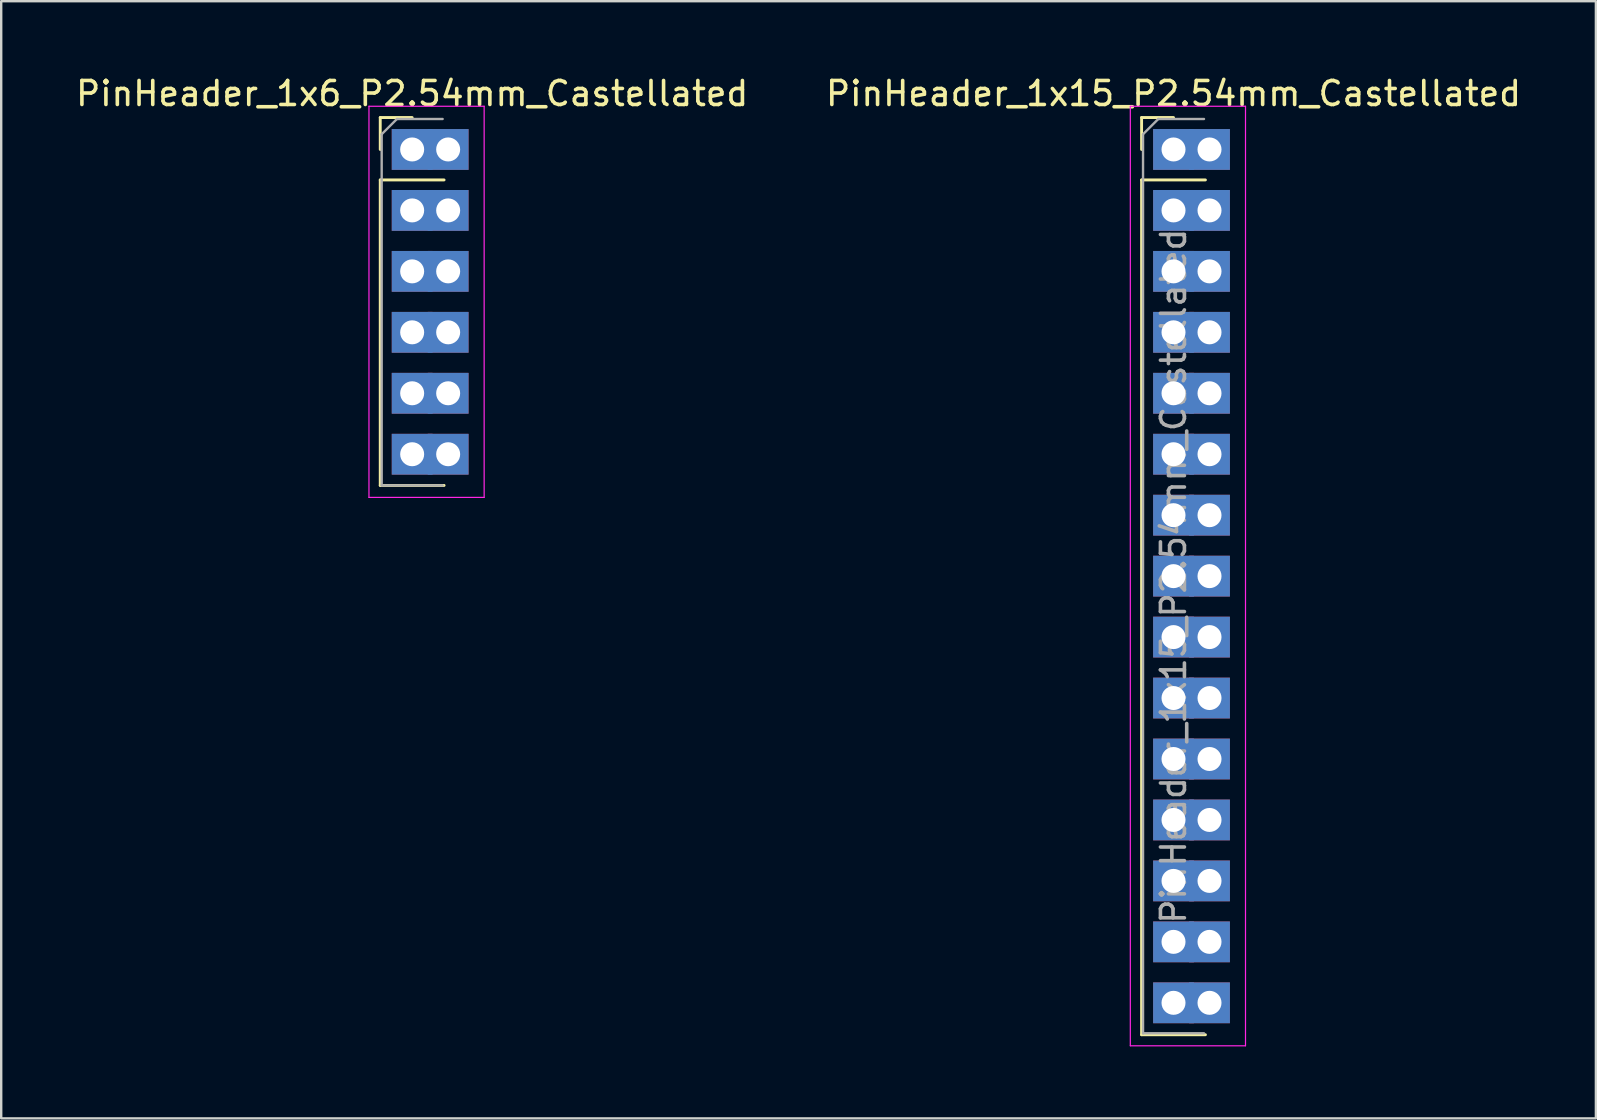
<source format=kicad_pcb>
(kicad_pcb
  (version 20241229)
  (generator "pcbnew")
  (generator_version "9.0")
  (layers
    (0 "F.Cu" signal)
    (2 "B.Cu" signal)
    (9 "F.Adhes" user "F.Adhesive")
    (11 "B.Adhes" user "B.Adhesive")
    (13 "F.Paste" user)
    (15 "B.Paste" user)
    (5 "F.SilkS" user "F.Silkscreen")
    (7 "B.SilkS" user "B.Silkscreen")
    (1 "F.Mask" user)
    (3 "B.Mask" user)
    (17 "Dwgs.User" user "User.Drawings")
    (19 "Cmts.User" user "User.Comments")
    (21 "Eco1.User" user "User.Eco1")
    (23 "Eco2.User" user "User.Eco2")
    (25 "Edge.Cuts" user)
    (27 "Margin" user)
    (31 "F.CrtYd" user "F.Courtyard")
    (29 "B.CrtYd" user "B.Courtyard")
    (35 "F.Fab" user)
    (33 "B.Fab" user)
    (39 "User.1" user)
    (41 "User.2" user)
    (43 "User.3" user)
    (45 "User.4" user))
  (footprint "PinHeader_1x6_P2.54mm_Castellated"
    (layer "F.Cu")
    (at 14.125 3.178)
    (property "Reference" "PinHeader_1x6_P2.54mm_Castellated" (at 0 -2.33 0) (layer "F.SilkS") (effects (font (size 1 1) (thickness 0.15))))
    (attr through_hole)
    (fp_line (start -1.33 -1.33) (end 0 -1.33) (stroke (width 0.12) (type solid)) (layer "F.SilkS"))
    (fp_line (start -1.33 0) (end -1.33 -1.33) (stroke (width 0.12) (type solid)) (layer "F.SilkS"))
    (fp_line (start -1.33 1.27) (end -1.33 14) (stroke (width 0.12) (type solid)) (layer "F.SilkS"))
    (fp_line (start -1.33 1.27) (end 1.33 1.27) (stroke (width 0.12) (type solid)) (layer "F.SilkS"))
    (fp_line (start -1.33 14) (end 1.33 14) (stroke (width 0.12) (type solid)) (layer "F.SilkS"))
    (fp_line (start -1.8 -1.8) (end -1.8 14.5) (stroke (width 0.05) (type solid)) (layer "F.CrtYd"))
    (fp_line (start -1.8 14.5) (end 3 14.5) (stroke (width 0.05) (type solid)) (layer "F.CrtYd"))
    (fp_line (start 3 -1.8) (end -1.8 -1.8) (stroke (width 0.05) (type solid)) (layer "F.CrtYd"))
    (fp_line (start 3 14.5) (end 3 -1.8) (stroke (width 0.05) (type solid)) (layer "F.CrtYd"))
    (fp_line (start -1.27 -0.635) (end -0.635 -1.27) (stroke (width 0.1) (type solid)) (layer "F.Fab"))
    (fp_line (start -1.27 14) (end -1.27 -0.635) (stroke (width 0.1) (type solid)) (layer "F.Fab"))
    (fp_line (start -0.635 -1.27) (end 1.27 -1.27) (stroke (width 0.1) (type solid)) (layer "F.Fab"))
    (fp_line (start 1.27 14) (end -1.27 14) (stroke (width 0.1) (type solid)) (layer "F.Fab"))
    (pad "1" thru_hole rect (at 0 0) (size 1.7 1.7) (drill 1) (layers "*.Cu" "*.Mask"))
    (pad "1" thru_hole rect (at 1.5 0) (size 1.7 1.7) (drill 1) (layers "*.Cu" "*.Mask"))
    (pad "2" thru_hole rect (at 0 2.54) (size 1.7 1.7) (drill 1) (layers "*.Cu" "*.Mask"))
    (pad "2" thru_hole rect (at 1.5 2.54) (size 1.7 1.7) (drill 1) (layers "*.Cu" "*.Mask"))
    (pad "3" thru_hole rect (at 0 5.08) (size 1.7 1.7) (drill 1) (layers "*.Cu" "*.Mask"))
    (pad "3" thru_hole rect (at 1.5 5.08) (size 1.7 1.7) (drill 1) (layers "*.Cu" "*.Mask"))
    (pad "4" thru_hole rect (at 0 7.62) (size 1.7 1.7) (drill 1) (layers "*.Cu" "*.Mask"))
    (pad "4" thru_hole rect (at 1.5 7.62) (size 1.7 1.7) (drill 1) (layers "*.Cu" "*.Mask"))
    (pad "5" thru_hole rect (at 0 10.16) (size 1.7 1.7) (drill 1) (layers "*.Cu" "*.Mask"))
    (pad "5" thru_hole rect (at 1.5 10.16) (size 1.7 1.7) (drill 1) (layers "*.Cu" "*.Mask"))
    (pad "6" thru_hole rect (at 0 12.7) (size 1.7 1.7) (drill 1) (layers "*.Cu" "*.Mask"))
    (pad "6" thru_hole rect (at 1.5 12.7) (size 1.7 1.7) (drill 1) (layers "*.Cu" "*.Mask")))
  (footprint "PinHeader_1x15_P2.54mm_Castellated"
    (layer "F.Cu")
    (at 45.851 3.178)
    (property "Reference" "PinHeader_1x15_P2.54mm_Castellated" (at 0 -2.33 0) (layer "F.SilkS") (effects (font (size 1 1) (thickness 0.15))))
    (attr through_hole)
    (fp_line (start -1.33 -1.33) (end 0 -1.33) (stroke (width 0.12) (type solid)) (layer "F.SilkS"))
    (fp_line (start -1.33 0) (end -1.33 -1.33) (stroke (width 0.12) (type solid)) (layer "F.SilkS"))
    (fp_line (start -1.33 1.27) (end -1.33 36.89) (stroke (width 0.12) (type solid)) (layer "F.SilkS"))
    (fp_line (start -1.33 1.27) (end 1.33 1.27) (stroke (width 0.12) (type solid)) (layer "F.SilkS"))
    (fp_line (start -1.33 36.89) (end 1.33 36.89) (stroke (width 0.12) (type solid)) (layer "F.SilkS"))
    (fp_line (start -1.8 -1.8) (end -1.8 37.35) (stroke (width 0.05) (type solid)) (layer "F.CrtYd"))
    (fp_line (start -1.8 37.35) (end 3 37.35) (stroke (width 0.05) (type solid)) (layer "F.CrtYd"))
    (fp_line (start 3 -1.8) (end -1.8 -1.8) (stroke (width 0.05) (type solid)) (layer "F.CrtYd"))
    (fp_line (start 3 37.35) (end 3 -1.8) (stroke (width 0.05) (type solid)) (layer "F.CrtYd"))
    (fp_line (start -1.27 -0.635) (end -0.635 -1.27) (stroke (width 0.1) (type solid)) (layer "F.Fab"))
    (fp_line (start -1.27 36.83) (end -1.27 -0.635) (stroke (width 0.1) (type solid)) (layer "F.Fab"))
    (fp_line (start -0.635 -1.27) (end 1.27 -1.27) (stroke (width 0.1) (type solid)) (layer "F.Fab"))
    (fp_line (start 1.27 36.83) (end -1.27 36.83) (stroke (width 0.1) (type solid)) (layer "F.Fab"))
    (fp_text user "${REFERENCE}" (at 0 17.78 90) (layer "F.Fab") (effects (font (size 1 1) (thickness 0.15))))
    (pad "1" thru_hole rect (at 0 0) (size 1.7 1.7) (drill 1) (layers "*.Cu" "*.Mask"))
    (pad "1" thru_hole rect (at 1.5 0) (size 1.7 1.7) (drill 1) (layers "*.Cu" "*.Mask"))
    (pad "2" thru_hole rect (at 0 2.54) (size 1.7 1.7) (drill 1) (layers "*.Cu" "*.Mask"))
    (pad "2" thru_hole rect (at 1.5 2.54) (size 1.7 1.7) (drill 1) (layers "*.Cu" "*.Mask"))
    (pad "3" thru_hole rect (at 0 5.08) (size 1.7 1.7) (drill 1) (layers "*.Cu" "*.Mask"))
    (pad "3" thru_hole rect (at 1.5 5.08) (size 1.7 1.7) (drill 1) (layers "*.Cu" "*.Mask"))
    (pad "4" thru_hole rect (at 0 7.62) (size 1.7 1.7) (drill 1) (layers "*.Cu" "*.Mask"))
    (pad "4" thru_hole rect (at 1.5 7.62) (size 1.7 1.7) (drill 1) (layers "*.Cu" "*.Mask"))
    (pad "5" thru_hole rect (at 0 10.16) (size 1.7 1.7) (drill 1) (layers "*.Cu" "*.Mask"))
    (pad "5" thru_hole rect (at 1.5 10.16) (size 1.7 1.7) (drill 1) (layers "*.Cu" "*.Mask"))
    (pad "6" thru_hole rect (at 0 12.7) (size 1.7 1.7) (drill 1) (layers "*.Cu" "*.Mask"))
    (pad "6" thru_hole rect (at 1.5 12.7) (size 1.7 1.7) (drill 1) (layers "*.Cu" "*.Mask"))
    (pad "7" thru_hole rect (at 0 15.24) (size 1.7 1.7) (drill 1) (layers "*.Cu" "*.Mask"))
    (pad "7" thru_hole rect (at 1.5 15.24) (size 1.7 1.7) (drill 1) (layers "*.Cu" "*.Mask"))
    (pad "8" thru_hole rect (at 0 17.78) (size 1.7 1.7) (drill 1) (layers "*.Cu" "*.Mask"))
    (pad "8" thru_hole rect (at 1.5 17.78) (size 1.7 1.7) (drill 1) (layers "*.Cu" "*.Mask"))
    (pad "9" thru_hole rect (at 0 20.32) (size 1.7 1.7) (drill 1) (layers "*.Cu" "*.Mask"))
    (pad "9" thru_hole rect (at 1.5 20.32) (size 1.7 1.7) (drill 1) (layers "*.Cu" "*.Mask"))
    (pad "10" thru_hole rect (at 0 22.86) (size 1.7 1.7) (drill 1) (layers "*.Cu" "*.Mask"))
    (pad "10" thru_hole rect (at 1.5 22.86) (size 1.7 1.7) (drill 1) (layers "*.Cu" "*.Mask"))
    (pad "11" thru_hole rect (at 0 25.4) (size 1.7 1.7) (drill 1) (layers "*.Cu" "*.Mask"))
    (pad "11" thru_hole rect (at 1.5 25.4) (size 1.7 1.7) (drill 1) (layers "*.Cu" "*.Mask"))
    (pad "12" thru_hole rect (at 0 27.94) (size 1.7 1.7) (drill 1) (layers "*.Cu" "*.Mask"))
    (pad "12" thru_hole rect (at 1.5 27.94) (size 1.7 1.7) (drill 1) (layers "*.Cu" "*.Mask"))
    (pad "13" thru_hole rect (at 0 30.48) (size 1.7 1.7) (drill 1) (layers "*.Cu" "*.Mask"))
    (pad "13" thru_hole rect (at 1.5 30.48) (size 1.7 1.7) (drill 1) (layers "*.Cu" "*.Mask"))
    (pad "14" thru_hole rect (at 0 33.02) (size 1.7 1.7) (drill 1) (layers "*.Cu" "*.Mask"))
    (pad "14" thru_hole rect (at 1.5 33.02) (size 1.7 1.7) (drill 1) (layers "*.Cu" "*.Mask"))
    (pad "15" thru_hole rect (at 0 35.56) (size 1.7 1.7) (drill 1) (layers "*.Cu" "*.Mask"))
    (pad "15" thru_hole rect (at 1.5 35.56) (size 1.7 1.7) (drill 1) (layers "*.Cu" "*.Mask")))
  (gr_rect
    (start -3 -3)
    (end 63.452 43.553)
    (stroke (width 0.1) (type default))
    (fill no)
    (layer "Edge.Cuts")))
</source>
